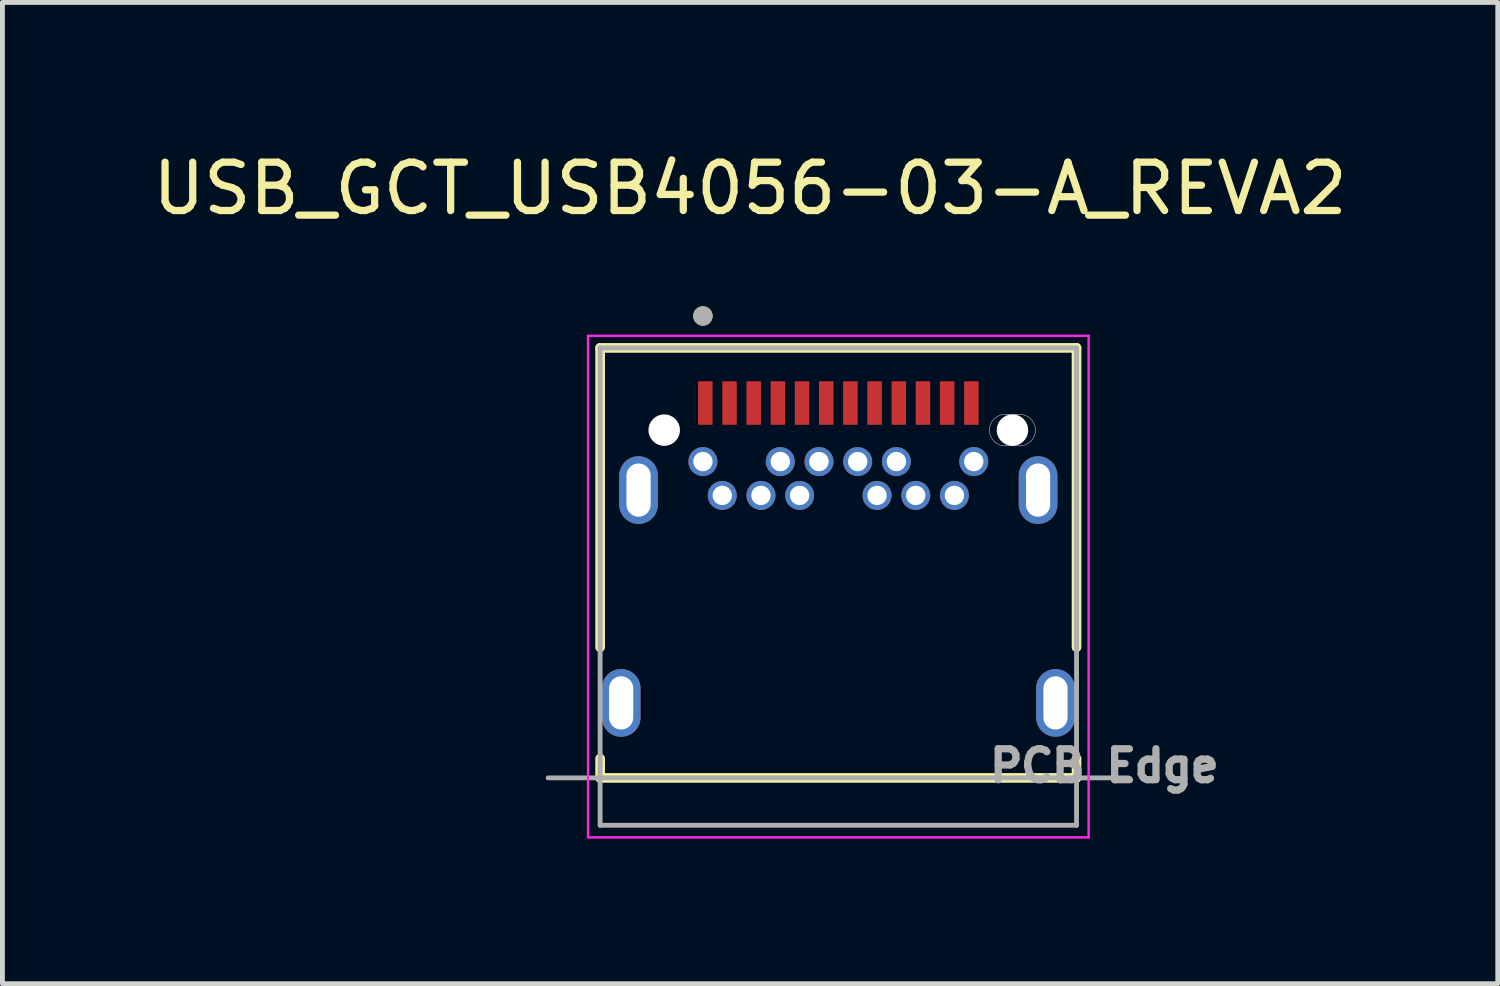
<source format=kicad_pcb>
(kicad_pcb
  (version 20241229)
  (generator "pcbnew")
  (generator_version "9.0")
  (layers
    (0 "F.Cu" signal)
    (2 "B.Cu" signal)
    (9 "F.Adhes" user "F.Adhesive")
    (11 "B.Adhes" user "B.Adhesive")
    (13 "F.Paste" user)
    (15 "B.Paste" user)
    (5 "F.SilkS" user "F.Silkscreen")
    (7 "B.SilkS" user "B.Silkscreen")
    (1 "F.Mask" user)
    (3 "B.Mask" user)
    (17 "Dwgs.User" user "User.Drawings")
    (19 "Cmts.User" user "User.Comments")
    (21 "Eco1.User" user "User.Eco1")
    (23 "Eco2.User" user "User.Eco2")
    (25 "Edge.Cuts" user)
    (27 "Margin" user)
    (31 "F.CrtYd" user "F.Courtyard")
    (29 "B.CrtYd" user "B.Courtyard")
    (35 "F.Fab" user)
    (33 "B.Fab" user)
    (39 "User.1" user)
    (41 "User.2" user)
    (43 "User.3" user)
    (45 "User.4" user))
  (footprint "USB_GCT_USB4056-03-A_REVA2"
    (layer "F.Cu")
    (at 14.283 11.483)
    (property "Reference" "USB_GCT_USB4056-03-A_REVA2" (at -1.825 -10.635 0) (layer "F.SilkS") (effects (font (size 1 1) (thickness 0.15))))
    (attr through_hole)
    (fp_poly (pts (xy 3.025 -5.64) (xy 3.026 -5.662) (xy 3.027 -5.684) (xy 3.03 -5.706) (xy 3.034 -5.728) (xy 3.039 -5.75) (xy 3.046 -5.771) (xy 3.053 -5.792) (xy 3.062 -5.813) (xy 3.071 -5.833) (xy 3.082 -5.853) (xy 3.094 -5.871) (xy 3.106 -5.89) (xy 3.12 -5.907) (xy 3.134 -5.924) (xy 3.149 -5.941) (xy 3.166 -5.956) (xy 3.183 -5.97) (xy 3.2 -5.984) (xy 3.219 -5.996) (xy 3.237 -6.008) (xy 3.257 -6.019) (xy 3.277 -6.028) (xy 3.298 -6.037) (xy 3.319 -6.044) (xy 3.34 -6.051) (xy 3.362 -6.056) (xy 3.384 -6.06) (xy 3.406 -6.063) (xy 3.428 -6.064) (xy 3.45 -6.065) (xy 3.75 -6.065) (xy 3.772 -6.064) (xy 3.794 -6.063) (xy 3.816 -6.06) (xy 3.838 -6.056) (xy 3.86 -6.051) (xy 3.881 -6.044) (xy 3.902 -6.037) (xy 3.923 -6.028) (xy 3.943 -6.019) (xy 3.962 -6.008) (xy 3.981 -5.996) (xy 4 -5.984) (xy 4.017 -5.97) (xy 4.034 -5.956) (xy 4.051 -5.941) (xy 4.066 -5.924) (xy 4.08 -5.907) (xy 4.094 -5.89) (xy 4.106 -5.871) (xy 4.118 -5.853) (xy 4.129 -5.833) (xy 4.138 -5.813) (xy 4.147 -5.792) (xy 4.154 -5.771) (xy 4.161 -5.75) (xy 4.166 -5.728) (xy 4.17 -5.706) (xy 4.173 -5.684) (xy 4.174 -5.662) (xy 4.175 -5.64) (xy 4.174 -5.618) (xy 4.173 -5.596) (xy 4.17 -5.574) (xy 4.166 -5.552) (xy 4.161 -5.53) (xy 4.154 -5.509) (xy 4.147 -5.488) (xy 4.138 -5.467) (xy 4.129 -5.447) (xy 4.118 -5.428) (xy 4.106 -5.409) (xy 4.094 -5.39) (xy 4.08 -5.373) (xy 4.066 -5.356) (xy 4.051 -5.339) (xy 4.034 -5.324) (xy 4.017 -5.31) (xy 4 -5.296) (xy 3.981 -5.284) (xy 3.962 -5.272) (xy 3.943 -5.261) (xy 3.923 -5.252) (xy 3.902 -5.243) (xy 3.881 -5.236) (xy 3.86 -5.229) (xy 3.838 -5.224) (xy 3.816 -5.22) (xy 3.794 -5.217) (xy 3.772 -5.216) (xy 3.75 -5.215) (xy 3.45 -5.215) (xy 3.428 -5.216) (xy 3.406 -5.217) (xy 3.384 -5.22) (xy 3.362 -5.224) (xy 3.34 -5.229) (xy 3.319 -5.236) (xy 3.298 -5.243) (xy 3.277 -5.252) (xy 3.257 -5.261) (xy 3.237 -5.272) (xy 3.219 -5.284) (xy 3.2 -5.296) (xy 3.183 -5.31) (xy 3.166 -5.324) (xy 3.149 -5.339) (xy 3.134 -5.356) (xy 3.12 -5.373) (xy 3.106 -5.39) (xy 3.094 -5.409) (xy 3.082 -5.428) (xy 3.071 -5.447) (xy 3.062 -5.467) (xy 3.053 -5.488) (xy 3.046 -5.509) (xy 3.039 -5.53) (xy 3.034 -5.552) (xy 3.03 -5.574) (xy 3.027 -5.596) (xy 3.026 -5.618) (xy 3.025 -5.64)) (stroke (width 0.01) (type solid)) (fill yes) (layer "F.Mask"))
    (fp_poly (pts (xy 3.025 -5.64) (xy 3.026 -5.662) (xy 3.027 -5.684) (xy 3.03 -5.706) (xy 3.034 -5.728) (xy 3.039 -5.75) (xy 3.046 -5.771) (xy 3.053 -5.792) (xy 3.062 -5.813) (xy 3.071 -5.833) (xy 3.082 -5.853) (xy 3.094 -5.871) (xy 3.106 -5.89) (xy 3.12 -5.907) (xy 3.134 -5.924) (xy 3.149 -5.941) (xy 3.166 -5.956) (xy 3.183 -5.97) (xy 3.2 -5.984) (xy 3.219 -5.996) (xy 3.237 -6.008) (xy 3.257 -6.019) (xy 3.277 -6.028) (xy 3.298 -6.037) (xy 3.319 -6.044) (xy 3.34 -6.051) (xy 3.362 -6.056) (xy 3.384 -6.06) (xy 3.406 -6.063) (xy 3.428 -6.064) (xy 3.45 -6.065) (xy 3.75 -6.065) (xy 3.772 -6.064) (xy 3.794 -6.063) (xy 3.816 -6.06) (xy 3.838 -6.056) (xy 3.86 -6.051) (xy 3.881 -6.044) (xy 3.902 -6.037) (xy 3.923 -6.028) (xy 3.943 -6.019) (xy 3.962 -6.008) (xy 3.981 -5.996) (xy 4 -5.984) (xy 4.017 -5.97) (xy 4.034 -5.956) (xy 4.051 -5.941) (xy 4.066 -5.924) (xy 4.08 -5.907) (xy 4.094 -5.89) (xy 4.106 -5.871) (xy 4.118 -5.853) (xy 4.129 -5.833) (xy 4.138 -5.813) (xy 4.147 -5.792) (xy 4.154 -5.771) (xy 4.161 -5.75) (xy 4.166 -5.728) (xy 4.17 -5.706) (xy 4.173 -5.684) (xy 4.174 -5.662) (xy 4.175 -5.64) (xy 4.174 -5.618) (xy 4.173 -5.596) (xy 4.17 -5.574) (xy 4.166 -5.552) (xy 4.161 -5.53) (xy 4.154 -5.509) (xy 4.147 -5.488) (xy 4.138 -5.467) (xy 4.129 -5.447) (xy 4.118 -5.428) (xy 4.106 -5.409) (xy 4.094 -5.39) (xy 4.08 -5.373) (xy 4.066 -5.356) (xy 4.051 -5.339) (xy 4.034 -5.324) (xy 4.017 -5.31) (xy 4 -5.296) (xy 3.981 -5.284) (xy 3.962 -5.272) (xy 3.943 -5.261) (xy 3.923 -5.252) (xy 3.902 -5.243) (xy 3.881 -5.236) (xy 3.86 -5.229) (xy 3.838 -5.224) (xy 3.816 -5.22) (xy 3.794 -5.217) (xy 3.772 -5.216) (xy 3.75 -5.215) (xy 3.45 -5.215) (xy 3.428 -5.216) (xy 3.406 -5.217) (xy 3.384 -5.22) (xy 3.362 -5.224) (xy 3.34 -5.229) (xy 3.319 -5.236) (xy 3.298 -5.243) (xy 3.277 -5.252) (xy 3.257 -5.261) (xy 3.237 -5.272) (xy 3.219 -5.284) (xy 3.2 -5.296) (xy 3.183 -5.31) (xy 3.166 -5.324) (xy 3.149 -5.339) (xy 3.134 -5.356) (xy 3.12 -5.373) (xy 3.106 -5.39) (xy 3.094 -5.409) (xy 3.082 -5.428) (xy 3.071 -5.447) (xy 3.062 -5.467) (xy 3.053 -5.488) (xy 3.046 -5.509) (xy 3.039 -5.53) (xy 3.034 -5.552) (xy 3.03 -5.574) (xy 3.027 -5.596) (xy 3.026 -5.618) (xy 3.025 -5.64)) (stroke (width 0.01) (type solid)) (fill yes) (layer "B.Mask"))
    (fp_line (start -4.925 -7.34) (end -4.925 -1.15) (stroke (width 0.2) (type solid)) (layer "F.SilkS"))
    (fp_line (start -4.925 -7.34) (end 4.925 -7.34) (stroke (width 0.2) (type solid)) (layer "F.SilkS"))
    (fp_line (start -4.925 1.55) (end -4.925 1.15) (stroke (width 0.2) (type solid)) (layer "F.SilkS"))
    (fp_line (start -4.925 1.55) (end 4.925 1.55) (stroke (width 0.2) (type solid)) (layer "F.SilkS"))
    (fp_line (start 4.925 -1.15) (end 4.925 -7.34) (stroke (width 0.2) (type solid)) (layer "F.SilkS"))
    (fp_line (start 4.925 1.55) (end 4.925 1.15) (stroke (width 0.2) (type solid)) (layer "F.SilkS"))
    (fp_circle (center -2.8 -8) (end -2.7 -8) (stroke (width 0.2) (type solid)) (fill no) (layer "F.SilkS"))
    (fp_line (start 3.45 -5.965) (end 3.75 -5.965) (stroke (width 0.01) (type solid)) (layer "Edge.Cuts"))
    (fp_line (start 3.75 -5.315) (end 3.45 -5.315) (stroke (width 0.01) (type solid)) (layer "Edge.Cuts"))
    (fp_arc (start 3.125 -5.64) (mid 3.22019 -5.86981) (end 3.45 -5.965) (stroke (width 0.01) (type solid)) (layer "Edge.Cuts"))
    (fp_arc (start 3.45 -5.315) (mid 3.22019 -5.41019) (end 3.125 -5.64) (stroke (width 0.01) (type solid)) (layer "Edge.Cuts"))
    (fp_arc (start 3.75 -5.965) (mid 3.97981 -5.86981) (end 4.075 -5.64) (stroke (width 0.01) (type solid)) (layer "Edge.Cuts"))
    (fp_arc (start 4.075 -5.64) (mid 3.97981 -5.41019) (end 3.75 -5.315) (stroke (width 0.01) (type solid)) (layer "Edge.Cuts"))
    (fp_line (start -5.175 -7.59) (end 5.175 -7.59) (stroke (width 0.05) (type solid)) (layer "F.CrtYd"))
    (fp_line (start -5.175 2.78) (end -5.175 -7.59) (stroke (width 0.05) (type solid)) (layer "F.CrtYd"))
    (fp_line (start -5.175 2.78) (end 5.175 2.78) (stroke (width 0.05) (type solid)) (layer "F.CrtYd"))
    (fp_line (start 5.175 2.78) (end 5.175 -7.59) (stroke (width 0.05) (type solid)) (layer "F.CrtYd"))
    (fp_line (start -6 1.55) (end 6 1.55) (stroke (width 0.1) (type solid)) (layer "F.Fab"))
    (fp_line (start -4.925 -7.34) (end 4.925 -7.34) (stroke (width 0.1) (type solid)) (layer "F.Fab"))
    (fp_line (start -4.925 2.53) (end -4.925 -7.34) (stroke (width 0.1) (type solid)) (layer "F.Fab"))
    (fp_line (start -4.925 2.53) (end 4.925 2.53) (stroke (width 0.1) (type solid)) (layer "F.Fab"))
    (fp_line (start 4.925 2.53) (end 4.925 -7.34) (stroke (width 0.1) (type solid)) (layer "F.Fab"))
    (fp_circle (center -2.8 -8) (end -2.7 -8) (stroke (width 0.2) (type solid)) (fill no) (layer "F.Fab"))
    (fp_text user "PCB Edge" (at 5.5 1.3 0) (layer "F.Fab") (effects (font (size 0.64 0.64) (thickness 0.15))))
    (pad "" np_thru_hole circle (at -3.6 -5.64) (size 0.65 0.65) (drill 0.65) (layers "*.Cu" "*.Mask"))
    (pad "" np_thru_hole circle (at 3.6 -5.64) (size 0.65 0.65) (drill 0.65) (layers "*.Cu" "*.Mask"))
    (pad "A1" smd rect (at -2.75 -6.2) (size 0.3 0.9) (layers "F.Cu" "F.Mask" "F.Paste"))
    (pad "A2" smd rect (at -2.25 -6.2) (size 0.3 0.9) (layers "F.Cu" "F.Mask" "F.Paste"))
    (pad "A3" smd rect (at -1.75 -6.2) (size 0.3 0.9) (layers "F.Cu" "F.Mask" "F.Paste"))
    (pad "A4" smd rect (at -1.25 -6.2) (size 0.3 0.9) (layers "F.Cu" "F.Mask" "F.Paste"))
    (pad "A5" smd rect (at -0.75 -6.2) (size 0.3 0.9) (layers "F.Cu" "F.Mask" "F.Paste"))
    (pad "A6" smd rect (at -0.25 -6.2) (size 0.3 0.9) (layers "F.Cu" "F.Mask" "F.Paste"))
    (pad "A7" smd rect (at 0.25 -6.2) (size 0.3 0.9) (layers "F.Cu" "F.Mask" "F.Paste"))
    (pad "A8" smd rect (at 0.75 -6.2) (size 0.3 0.9) (layers "F.Cu" "F.Mask" "F.Paste"))
    (pad "A9" smd rect (at 1.25 -6.2) (size 0.3 0.9) (layers "F.Cu" "F.Mask" "F.Paste"))
    (pad "A10" smd rect (at 1.75 -6.2) (size 0.3 0.9) (layers "F.Cu" "F.Mask" "F.Paste"))
    (pad "A11" smd rect (at 2.25 -6.2) (size 0.3 0.9) (layers "F.Cu" "F.Mask" "F.Paste"))
    (pad "A12" smd rect (at 2.75 -6.2) (size 0.3 0.9) (layers "F.Cu" "F.Mask" "F.Paste"))
    (pad "B1" thru_hole circle (at 2.8 -4.99) (size 0.6 0.6) (drill 0.4) (layers "*.Cu" "*.Mask"))
    (pad "B2" thru_hole circle (at 2.4 -4.29) (size 0.6 0.6) (drill 0.4) (layers "*.Cu" "*.Mask"))
    (pad "B3" thru_hole circle (at 1.6 -4.29) (size 0.6 0.6) (drill 0.4) (layers "*.Cu" "*.Mask"))
    (pad "B4" thru_hole circle (at 1.2 -4.99) (size 0.6 0.6) (drill 0.4) (layers "*.Cu" "*.Mask"))
    (pad "B5" thru_hole circle (at 0.8 -4.29) (size 0.6 0.6) (drill 0.4) (layers "*.Cu" "*.Mask"))
    (pad "B6" thru_hole circle (at 0.4 -4.99) (size 0.6 0.6) (drill 0.4) (layers "*.Cu" "*.Mask"))
    (pad "B7" thru_hole circle (at -0.4 -4.99) (size 0.6 0.6) (drill 0.4) (layers "*.Cu" "*.Mask"))
    (pad "B8" thru_hole circle (at -0.8 -4.29) (size 0.6 0.6) (drill 0.4) (layers "*.Cu" "*.Mask"))
    (pad "B9" thru_hole circle (at -1.2 -4.99) (size 0.6 0.6) (drill 0.4) (layers "*.Cu" "*.Mask"))
    (pad "B10" thru_hole circle (at -1.6 -4.29) (size 0.6 0.6) (drill 0.4) (layers "*.Cu" "*.Mask"))
    (pad "B11" thru_hole circle (at -2.4 -4.29) (size 0.6 0.6) (drill 0.4) (layers "*.Cu" "*.Mask"))
    (pad "B12" thru_hole circle (at -2.8 -4.99) (size 0.6 0.6) (drill 0.4) (layers "*.Cu" "*.Mask"))
    (pad "S1" thru_hole oval (at -4.13 -4.4) (size 0.8 1.4) (drill oval 0.5 1.1) (layers "*.Cu" "*.Mask"))
    (pad "S2" thru_hole oval (at 4.13 -4.4) (size 0.8 1.4) (drill oval 0.5 1.1) (layers "*.Cu" "*.Mask"))
    (pad "S3" thru_hole oval (at -4.49 0) (size 0.8 1.4) (drill oval 0.5 1.1) (layers "*.Cu" "*.Mask"))
    (pad "S4" thru_hole oval (at 4.49 0) (size 0.8 1.4) (drill oval 0.5 1.1) (layers "*.Cu" "*.Mask")))
  (gr_rect
    (start -3 -3)
    (end 27.917 17.288)
    (stroke (width 0.1) (type default))
    (fill no)
    (layer "Edge.Cuts")))
</source>
